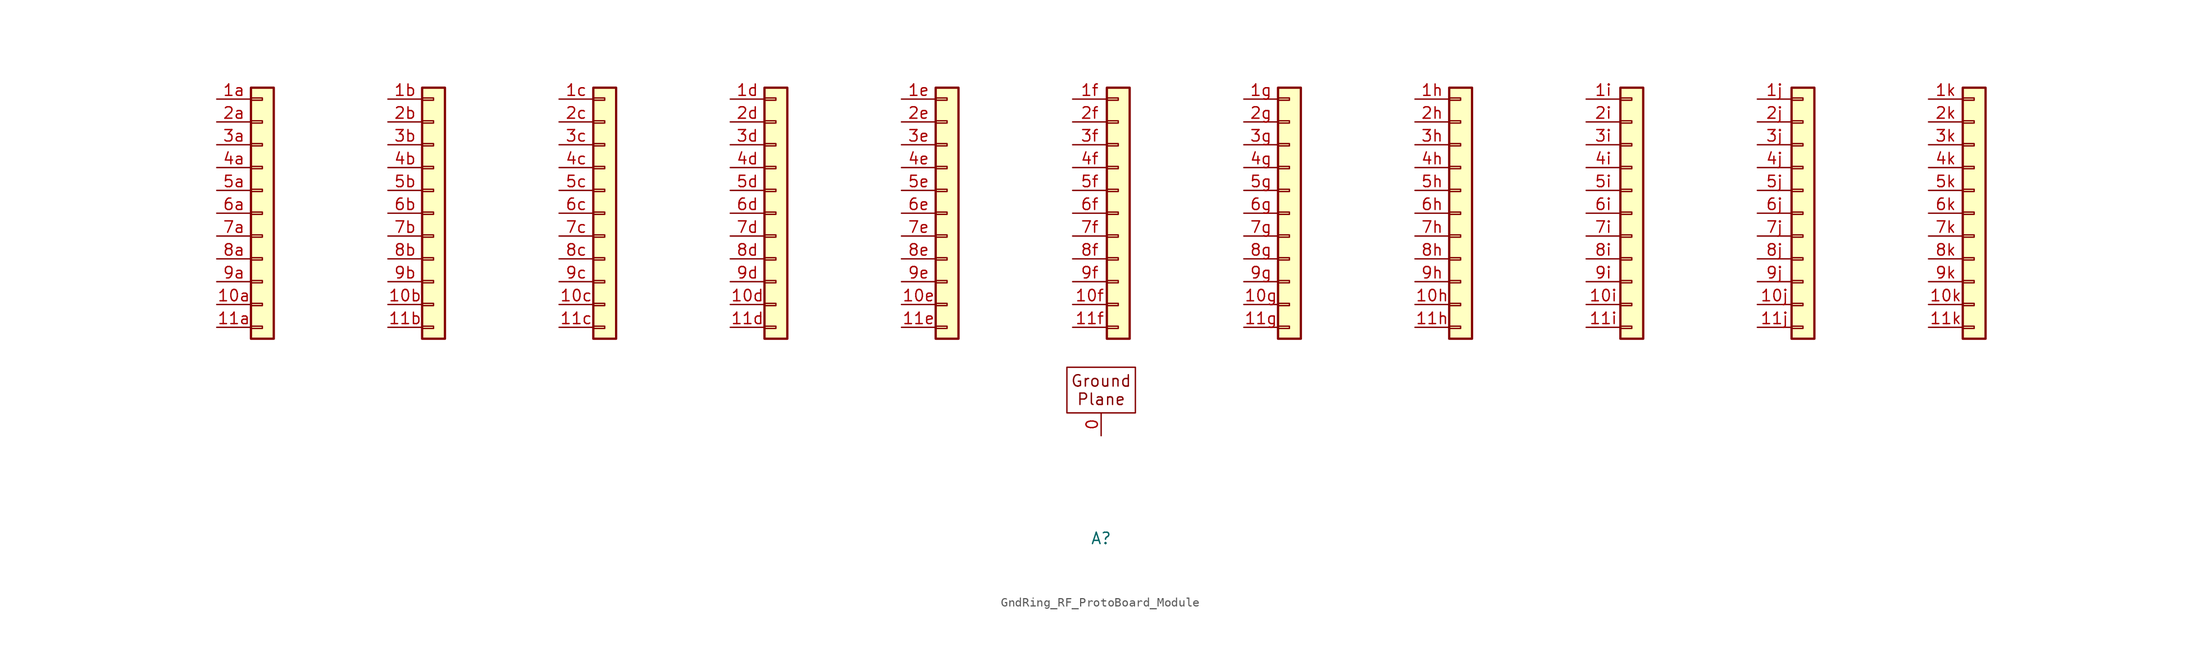
<source format=kicad_sym>
(kicad_symbol_lib
  (version 20220914)
  (generator kicad_symbol_editor)
  (symbol "GndRing_RF_ProtoBoard_Module"
    (pin_names hide)
    (property "Reference" "A"
      (at 0 -36.195 0)
      (effects (font (size 1.27 1.27))))
    (symbol "GndRing_RF_ProtoBoard_Module_0_1"
      (rectangle (start -3.81 -17.145) (end 3.81 -22.225) (stroke (width 0) (type default)) (fill (type none))))
    (symbol "GndRing_RF_ProtoBoard_Module_1_1"
      (rectangle (start -94.615 -12.573) (end -93.345 -12.827) (stroke (width 0.152) (type default)) (fill (type none)))
      (rectangle (start -94.615 -10.033) (end -93.345 -10.287) (stroke (width 0.152) (type default)) (fill (type none)))
      (rectangle (start -94.615 -7.493) (end -93.345 -7.747) (stroke (width 0.152) (type default)) (fill (type none)))
      (rectangle (start -94.615 -4.953) (end -93.345 -5.207) (stroke (width 0.152) (type default)) (fill (type none)))
      (rectangle (start -94.615 -2.413) (end -93.345 -2.667) (stroke (width 0.152) (type default)) (fill (type none)))
      (rectangle (start -94.615 0.127) (end -93.345 -0.127) (stroke (width 0.152) (type default)) (fill (type none)))
      (rectangle (start -94.615 2.667) (end -93.345 2.413) (stroke (width 0.152) (type default)) (fill (type none)))
      (rectangle (start -94.615 5.207) (end -93.345 4.953) (stroke (width 0.152) (type default)) (fill (type none)))
      (rectangle (start -94.615 7.747) (end -93.345 7.493) (stroke (width 0.152) (type default)) (fill (type none)))
      (rectangle (start -94.615 10.287) (end -93.345 10.033) (stroke (width 0.152) (type default)) (fill (type none)))
      (rectangle (start -94.615 12.827) (end -93.345 12.573) (stroke (width 0.152) (type default)) (fill (type none)))
      (rectangle (start -94.615 13.97) (end -92.075 -13.97) (stroke (width 0.254) (type default)) (fill (type background)))
      (rectangle (start -75.565 -12.573) (end -74.295 -12.827) (stroke (width 0.152) (type default)) (fill (type none)))
      (rectangle (start -75.565 -10.033) (end -74.295 -10.287) (stroke (width 0.152) (type default)) (fill (type none)))
      (rectangle (start -75.565 -7.493) (end -74.295 -7.747) (stroke (width 0.152) (type default)) (fill (type none)))
      (rectangle (start -75.565 -4.953) (end -74.295 -5.207) (stroke (width 0.152) (type default)) (fill (type none)))
      (rectangle (start -75.565 -2.413) (end -74.295 -2.667) (stroke (width 0.152) (type default)) (fill (type none)))
      (rectangle (start -75.565 0.127) (end -74.295 -0.127) (stroke (width 0.152) (type default)) (fill (type none)))
      (rectangle (start -75.565 2.667) (end -74.295 2.413) (stroke (width 0.152) (type default)) (fill (type none)))
      (rectangle (start -75.565 5.207) (end -74.295 4.953) (stroke (width 0.152) (type default)) (fill (type none)))
      (rectangle (start -75.565 7.747) (end -74.295 7.493) (stroke (width 0.152) (type default)) (fill (type none)))
      (rectangle (start -75.565 10.287) (end -74.295 10.033) (stroke (width 0.152) (type default)) (fill (type none)))
      (rectangle (start -75.565 12.827) (end -74.295 12.573) (stroke (width 0.152) (type default)) (fill (type none)))
      (rectangle (start -75.565 13.97) (end -73.025 -13.97) (stroke (width 0.254) (type default)) (fill (type background)))
      (rectangle (start -56.515 -12.573) (end -55.245 -12.827) (stroke (width 0.152) (type default)) (fill (type none)))
      (rectangle (start -56.515 -10.033) (end -55.245 -10.287) (stroke (width 0.152) (type default)) (fill (type none)))
      (rectangle (start -56.515 -7.493) (end -55.245 -7.747) (stroke (width 0.152) (type default)) (fill (type none)))
      (rectangle (start -56.515 -4.953) (end -55.245 -5.207) (stroke (width 0.152) (type default)) (fill (type none)))
      (rectangle (start -56.515 -2.413) (end -55.245 -2.667) (stroke (width 0.152) (type default)) (fill (type none)))
      (rectangle (start -56.515 0.127) (end -55.245 -0.127) (stroke (width 0.152) (type default)) (fill (type none)))
      (rectangle (start -56.515 2.667) (end -55.245 2.413) (stroke (width 0.152) (type default)) (fill (type none)))
      (rectangle (start -56.515 5.207) (end -55.245 4.953) (stroke (width 0.152) (type default)) (fill (type none)))
      (rectangle (start -56.515 7.747) (end -55.245 7.493) (stroke (width 0.152) (type default)) (fill (type none)))
      (rectangle (start -56.515 10.287) (end -55.245 10.033) (stroke (width 0.152) (type default)) (fill (type none)))
      (rectangle (start -56.515 12.827) (end -55.245 12.573) (stroke (width 0.152) (type default)) (fill (type none)))
      (rectangle (start -56.515 13.97) (end -53.975 -13.97) (stroke (width 0.254) (type default)) (fill (type background)))
      (rectangle (start -37.465 -12.573) (end -36.195 -12.827) (stroke (width 0.152) (type default)) (fill (type none)))
      (rectangle (start -37.465 -10.033) (end -36.195 -10.287) (stroke (width 0.152) (type default)) (fill (type none)))
      (rectangle (start -37.465 -7.493) (end -36.195 -7.747) (stroke (width 0.152) (type default)) (fill (type none)))
      (rectangle (start -37.465 -4.953) (end -36.195 -5.207) (stroke (width 0.152) (type default)) (fill (type none)))
      (rectangle (start -37.465 -2.413) (end -36.195 -2.667) (stroke (width 0.152) (type default)) (fill (type none)))
      (rectangle (start -37.465 0.127) (end -36.195 -0.127) (stroke (width 0.152) (type default)) (fill (type none)))
      (rectangle (start -37.465 2.667) (end -36.195 2.413) (stroke (width 0.152) (type default)) (fill (type none)))
      (rectangle (start -37.465 5.207) (end -36.195 4.953) (stroke (width 0.152) (type default)) (fill (type none)))
      (rectangle (start -37.465 7.747) (end -36.195 7.493) (stroke (width 0.152) (type default)) (fill (type none)))
      (rectangle (start -37.465 10.287) (end -36.195 10.033) (stroke (width 0.152) (type default)) (fill (type none)))
      (rectangle (start -37.465 12.827) (end -36.195 12.573) (stroke (width 0.152) (type default)) (fill (type none)))
      (rectangle (start -37.465 13.97) (end -34.925 -13.97) (stroke (width 0.254) (type default)) (fill (type background)))
      (rectangle (start -18.415 -12.573) (end -17.145 -12.827) (stroke (width 0.152) (type default)) (fill (type none)))
      (rectangle (start -18.415 -10.033) (end -17.145 -10.287) (stroke (width 0.152) (type default)) (fill (type none)))
      (rectangle (start -18.415 -7.493) (end -17.145 -7.747) (stroke (width 0.152) (type default)) (fill (type none)))
      (rectangle (start -18.415 -4.953) (end -17.145 -5.207) (stroke (width 0.152) (type default)) (fill (type none)))
      (rectangle (start -18.415 -2.413) (end -17.145 -2.667) (stroke (width 0.152) (type default)) (fill (type none)))
      (rectangle (start -18.415 0.127) (end -17.145 -0.127) (stroke (width 0.152) (type default)) (fill (type none)))
      (rectangle (start -18.415 2.667) (end -17.145 2.413) (stroke (width 0.152) (type default)) (fill (type none)))
      (rectangle (start -18.415 5.207) (end -17.145 4.953) (stroke (width 0.152) (type default)) (fill (type none)))
      (rectangle (start -18.415 7.747) (end -17.145 7.493) (stroke (width 0.152) (type default)) (fill (type none)))
      (rectangle (start -18.415 10.287) (end -17.145 10.033) (stroke (width 0.152) (type default)) (fill (type none)))
      (rectangle (start -18.415 12.827) (end -17.145 12.573) (stroke (width 0.152) (type default)) (fill (type none)))
      (rectangle (start -18.415 13.97) (end -15.875 -13.97) (stroke (width 0.254) (type default)) (fill (type background)))
      (rectangle (start 0.635 -12.573) (end 1.905 -12.827) (stroke (width 0.152) (type default)) (fill (type none)))
      (rectangle (start 0.635 -10.033) (end 1.905 -10.287) (stroke (width 0.152) (type default)) (fill (type none)))
      (rectangle (start 0.635 -7.493) (end 1.905 -7.747) (stroke (width 0.152) (type default)) (fill (type none)))
      (rectangle (start 0.635 -4.953) (end 1.905 -5.207) (stroke (width 0.152) (type default)) (fill (type none)))
      (rectangle (start 0.635 -2.413) (end 1.905 -2.667) (stroke (width 0.152) (type default)) (fill (type none)))
      (rectangle (start 0.635 0.127) (end 1.905 -0.127) (stroke (width 0.152) (type default)) (fill (type none)))
      (rectangle (start 0.635 2.667) (end 1.905 2.413) (stroke (width 0.152) (type default)) (fill (type none)))
      (rectangle (start 0.635 5.207) (end 1.905 4.953) (stroke (width 0.152) (type default)) (fill (type none)))
      (rectangle (start 0.635 7.747) (end 1.905 7.493) (stroke (width 0.152) (type default)) (fill (type none)))
      (rectangle (start 0.635 10.287) (end 1.905 10.033) (stroke (width 0.152) (type default)) (fill (type none)))
      (rectangle (start 0.635 12.827) (end 1.905 12.573) (stroke (width 0.152) (type default)) (fill (type none)))
      (rectangle (start 0.635 13.97) (end 3.175 -13.97) (stroke (width 0.254) (type default)) (fill (type background)))
      (rectangle (start 19.685 -12.573) (end 20.955 -12.827) (stroke (width 0.152) (type default)) (fill (type none)))
      (rectangle (start 19.685 -10.033) (end 20.955 -10.287) (stroke (width 0.152) (type default)) (fill (type none)))
      (rectangle (start 19.685 -7.493) (end 20.955 -7.747) (stroke (width 0.152) (type default)) (fill (type none)))
      (rectangle (start 19.685 -4.953) (end 20.955 -5.207) (stroke (width 0.152) (type default)) (fill (type none)))
      (rectangle (start 19.685 -2.413) (end 20.955 -2.667) (stroke (width 0.152) (type default)) (fill (type none)))
      (rectangle (start 19.685 0.127) (end 20.955 -0.127) (stroke (width 0.152) (type default)) (fill (type none)))
      (rectangle (start 19.685 2.667) (end 20.955 2.413) (stroke (width 0.152) (type default)) (fill (type none)))
      (rectangle (start 19.685 5.207) (end 20.955 4.953) (stroke (width 0.152) (type default)) (fill (type none)))
      (rectangle (start 19.685 7.747) (end 20.955 7.493) (stroke (width 0.152) (type default)) (fill (type none)))
      (rectangle (start 19.685 10.287) (end 20.955 10.033) (stroke (width 0.152) (type default)) (fill (type none)))
      (rectangle (start 19.685 12.827) (end 20.955 12.573) (stroke (width 0.152) (type default)) (fill (type none)))
      (rectangle (start 19.685 13.97) (end 22.225 -13.97) (stroke (width 0.254) (type default)) (fill (type background)))
      (rectangle (start 38.735 -12.573) (end 40.005 -12.827) (stroke (width 0.152) (type default)) (fill (type none)))
      (rectangle (start 38.735 -10.033) (end 40.005 -10.287) (stroke (width 0.152) (type default)) (fill (type none)))
      (rectangle (start 38.735 -7.493) (end 40.005 -7.747) (stroke (width 0.152) (type default)) (fill (type none)))
      (rectangle (start 38.735 -4.953) (end 40.005 -5.207) (stroke (width 0.152) (type default)) (fill (type none)))
      (rectangle (start 38.735 -2.413) (end 40.005 -2.667) (stroke (width 0.152) (type default)) (fill (type none)))
      (rectangle (start 38.735 0.127) (end 40.005 -0.127) (stroke (width 0.152) (type default)) (fill (type none)))
      (rectangle (start 38.735 2.667) (end 40.005 2.413) (stroke (width 0.152) (type default)) (fill (type none)))
      (rectangle (start 38.735 5.207) (end 40.005 4.953) (stroke (width 0.152) (type default)) (fill (type none)))
      (rectangle (start 38.735 7.747) (end 40.005 7.493) (stroke (width 0.152) (type default)) (fill (type none)))
      (rectangle (start 38.735 10.287) (end 40.005 10.033) (stroke (width 0.152) (type default)) (fill (type none)))
      (rectangle (start 38.735 12.827) (end 40.005 12.573) (stroke (width 0.152) (type default)) (fill (type none)))
      (rectangle (start 38.735 13.97) (end 41.275 -13.97) (stroke (width 0.254) (type default)) (fill (type background)))
      (rectangle (start 57.785 -12.573) (end 59.055 -12.827) (stroke (width 0.152) (type default)) (fill (type none)))
      (rectangle (start 57.785 -10.033) (end 59.055 -10.287) (stroke (width 0.152) (type default)) (fill (type none)))
      (rectangle (start 57.785 -7.493) (end 59.055 -7.747) (stroke (width 0.152) (type default)) (fill (type none)))
      (rectangle (start 57.785 -4.953) (end 59.055 -5.207) (stroke (width 0.152) (type default)) (fill (type none)))
      (rectangle (start 57.785 -2.413) (end 59.055 -2.667) (stroke (width 0.152) (type default)) (fill (type none)))
      (rectangle (start 57.785 0.127) (end 59.055 -0.127) (stroke (width 0.152) (type default)) (fill (type none)))
      (rectangle (start 57.785 2.667) (end 59.055 2.413) (stroke (width 0.152) (type default)) (fill (type none)))
      (rectangle (start 57.785 5.207) (end 59.055 4.953) (stroke (width 0.152) (type default)) (fill (type none)))
      (rectangle (start 57.785 7.747) (end 59.055 7.493) (stroke (width 0.152) (type default)) (fill (type none)))
      (rectangle (start 57.785 10.287) (end 59.055 10.033) (stroke (width 0.152) (type default)) (fill (type none)))
      (rectangle (start 57.785 12.827) (end 59.055 12.573) (stroke (width 0.152) (type default)) (fill (type none)))
      (rectangle (start 57.785 13.97) (end 60.325 -13.97) (stroke (width 0.254) (type default)) (fill (type background)))
      (rectangle (start 76.835 -12.573) (end 78.105 -12.827) (stroke (width 0.152) (type default)) (fill (type none)))
      (rectangle (start 76.835 -10.033) (end 78.105 -10.287) (stroke (width 0.152) (type default)) (fill (type none)))
      (rectangle (start 76.835 -7.493) (end 78.105 -7.747) (stroke (width 0.152) (type default)) (fill (type none)))
      (rectangle (start 76.835 -4.953) (end 78.105 -5.207) (stroke (width 0.152) (type default)) (fill (type none)))
      (rectangle (start 76.835 -2.413) (end 78.105 -2.667) (stroke (width 0.152) (type default)) (fill (type none)))
      (rectangle (start 76.835 0.127) (end 78.105 -0.127) (stroke (width 0.152) (type default)) (fill (type none)))
      (rectangle (start 76.835 2.667) (end 78.105 2.413) (stroke (width 0.152) (type default)) (fill (type none)))
      (rectangle (start 76.835 5.207) (end 78.105 4.953) (stroke (width 0.152) (type default)) (fill (type none)))
      (rectangle (start 76.835 7.747) (end 78.105 7.493) (stroke (width 0.152) (type default)) (fill (type none)))
      (rectangle (start 76.835 10.287) (end 78.105 10.033) (stroke (width 0.152) (type default)) (fill (type none)))
      (rectangle (start 76.835 12.827) (end 78.105 12.573) (stroke (width 0.152) (type default)) (fill (type none)))
      (rectangle (start 76.835 13.97) (end 79.375 -13.97) (stroke (width 0.254) (type default)) (fill (type background)))
      (rectangle (start 95.885 -12.573) (end 97.155 -12.827) (stroke (width 0.152) (type default)) (fill (type none)))
      (rectangle (start 95.885 -10.033) (end 97.155 -10.287) (stroke (width 0.152) (type default)) (fill (type none)))
      (rectangle (start 95.885 -7.493) (end 97.155 -7.747) (stroke (width 0.152) (type default)) (fill (type none)))
      (rectangle (start 95.885 -4.953) (end 97.155 -5.207) (stroke (width 0.152) (type default)) (fill (type none)))
      (rectangle (start 95.885 -2.413) (end 97.155 -2.667) (stroke (width 0.152) (type default)) (fill (type none)))
      (rectangle (start 95.885 0.127) (end 97.155 -0.127) (stroke (width 0.152) (type default)) (fill (type none)))
      (rectangle (start 95.885 2.667) (end 97.155 2.413) (stroke (width 0.152) (type default)) (fill (type none)))
      (rectangle (start 95.885 5.207) (end 97.155 4.953) (stroke (width 0.152) (type default)) (fill (type none)))
      (rectangle (start 95.885 7.747) (end 97.155 7.493) (stroke (width 0.152) (type default)) (fill (type none)))
      (rectangle (start 95.885 10.287) (end 97.155 10.033) (stroke (width 0.152) (type default)) (fill (type none)))
      (rectangle (start 95.885 12.827) (end 97.155 12.573) (stroke (width 0.152) (type default)) (fill (type none)))
      (rectangle (start 95.885 13.97) (end 98.425 -13.97) (stroke (width 0.254) (type default)) (fill (type background)))
      (text "Ground\nPlane" (at 0 -19.685 0) (effects (font (size 1.27 1.27))))
      (pin passive line (at 0 -24.765 90) (length 2.54) (name "Pin_Gnd" (effects (font (size 1.27 1.27)))) (number "0" (effects (font (size 1.27 1.27)))))
      (pin passive line (at -98.425 -10.16 0) (length 3.81) (name "Pin_10a" (effects (font (size 1.27 1.27)))) (number "10a" (effects (font (size 1.27 1.27)))))
      (pin passive line (at -79.375 -10.16 0) (length 3.81) (name "Pin_10b" (effects (font (size 1.27 1.27)))) (number "10b" (effects (font (size 1.27 1.27)))))
      (pin passive line (at -60.325 -10.16 0) (length 3.81) (name "Pin_10c" (effects (font (size 1.27 1.27)))) (number "10c" (effects (font (size 1.27 1.27)))))
      (pin passive line (at -41.275 -10.16 0) (length 3.81) (name "Pin_10d" (effects (font (size 1.27 1.27)))) (number "10d" (effects (font (size 1.27 1.27)))))
      (pin passive line (at -22.225 -10.16 0) (length 3.81) (name "Pin_10e" (effects (font (size 1.27 1.27)))) (number "10e" (effects (font (size 1.27 1.27)))))
      (pin passive line (at -3.175 -10.16 0) (length 3.81) (name "Pin_10f" (effects (font (size 1.27 1.27)))) (number "10f" (effects (font (size 1.27 1.27)))))
      (pin passive line (at 15.875 -10.16 0) (length 3.81) (name "Pin_10g" (effects (font (size 1.27 1.27)))) (number "10g" (effects (font (size 1.27 1.27)))))
      (pin passive line (at 34.925 -10.16 0) (length 3.81) (name "Pin_10h" (effects (font (size 1.27 1.27)))) (number "10h" (effects (font (size 1.27 1.27)))))
      (pin passive line (at 53.975 -10.16 0) (length 3.81) (name "Pin_10i" (effects (font (size 1.27 1.27)))) (number "10i" (effects (font (size 1.27 1.27)))))
      (pin passive line (at 73.025 -10.16 0) (length 3.81) (name "Pin_10j" (effects (font (size 1.27 1.27)))) (number "10j" (effects (font (size 1.27 1.27)))))
      (pin passive line (at 92.075 -10.16 0) (length 3.81) (name "Pin_10k" (effects (font (size 1.27 1.27)))) (number "10k" (effects (font (size 1.27 1.27)))))
      (pin passive line (at -98.425 -12.7 0) (length 3.81) (name "Pin_11a" (effects (font (size 1.27 1.27)))) (number "11a" (effects (font (size 1.27 1.27)))))
      (pin passive line (at -79.375 -12.7 0) (length 3.81) (name "Pin_11b" (effects (font (size 1.27 1.27)))) (number "11b" (effects (font (size 1.27 1.27)))))
      (pin passive line (at -60.325 -12.7 0) (length 3.81) (name "Pin_11c" (effects (font (size 1.27 1.27)))) (number "11c" (effects (font (size 1.27 1.27)))))
      (pin passive line (at -41.275 -12.7 0) (length 3.81) (name "Pin_11d" (effects (font (size 1.27 1.27)))) (number "11d" (effects (font (size 1.27 1.27)))))
      (pin passive line (at -22.225 -12.7 0) (length 3.81) (name "Pin_11e" (effects (font (size 1.27 1.27)))) (number "11e" (effects (font (size 1.27 1.27)))))
      (pin passive line (at -3.175 -12.7 0) (length 3.81) (name "Pin_11f" (effects (font (size 1.27 1.27)))) (number "11f" (effects (font (size 1.27 1.27)))))
      (pin passive line (at 15.875 -12.7 0) (length 3.81) (name "Pin_11g" (effects (font (size 1.27 1.27)))) (number "11g" (effects (font (size 1.27 1.27)))))
      (pin passive line (at 34.925 -12.7 0) (length 3.81) (name "Pin_11h" (effects (font (size 1.27 1.27)))) (number "11h" (effects (font (size 1.27 1.27)))))
      (pin passive line (at 53.975 -12.7 0) (length 3.81) (name "Pin_11i" (effects (font (size 1.27 1.27)))) (number "11i" (effects (font (size 1.27 1.27)))))
      (pin passive line (at 73.025 -12.7 0) (length 3.81) (name "Pin_11j" (effects (font (size 1.27 1.27)))) (number "11j" (effects (font (size 1.27 1.27)))))
      (pin passive line (at 92.075 -12.7 0) (length 3.81) (name "Pin_11k" (effects (font (size 1.27 1.27)))) (number "11k" (effects (font (size 1.27 1.27)))))
      (pin passive line (at -98.425 12.7 0) (length 3.81) (name "Pin_1a" (effects (font (size 1.27 1.27)))) (number "1a" (effects (font (size 1.27 1.27)))))
      (pin passive line (at -79.375 12.7 0) (length 3.81) (name "Pin_1b" (effects (font (size 1.27 1.27)))) (number "1b" (effects (font (size 1.27 1.27)))))
      (pin passive line (at -60.325 12.7 0) (length 3.81) (name "Pin_1c" (effects (font (size 1.27 1.27)))) (number "1c" (effects (font (size 1.27 1.27)))))
      (pin passive line (at -41.275 12.7 0) (length 3.81) (name "Pin_1d" (effects (font (size 1.27 1.27)))) (number "1d" (effects (font (size 1.27 1.27)))))
      (pin passive line (at -22.225 12.7 0) (length 3.81) (name "Pin_1e" (effects (font (size 1.27 1.27)))) (number "1e" (effects (font (size 1.27 1.27)))))
      (pin passive line (at -3.175 12.7 0) (length 3.81) (name "Pin_1f" (effects (font (size 1.27 1.27)))) (number "1f" (effects (font (size 1.27 1.27)))))
      (pin passive line (at 15.875 12.7 0) (length 3.81) (name "Pin_1g" (effects (font (size 1.27 1.27)))) (number "1g" (effects (font (size 1.27 1.27)))))
      (pin passive line (at 34.925 12.7 0) (length 3.81) (name "Pin_1h" (effects (font (size 1.27 1.27)))) (number "1h" (effects (font (size 1.27 1.27)))))
      (pin passive line (at 53.975 12.7 0) (length 3.81) (name "Pin_1i" (effects (font (size 1.27 1.27)))) (number "1i" (effects (font (size 1.27 1.27)))))
      (pin passive line (at 73.025 12.7 0) (length 3.81) (name "Pin_1j" (effects (font (size 1.27 1.27)))) (number "1j" (effects (font (size 1.27 1.27)))))
      (pin passive line (at 92.075 12.7 0) (length 3.81) (name "Pin_1k" (effects (font (size 1.27 1.27)))) (number "1k" (effects (font (size 1.27 1.27)))))
      (pin passive line (at -98.425 10.16 0) (length 3.81) (name "Pin_2a" (effects (font (size 1.27 1.27)))) (number "2a" (effects (font (size 1.27 1.27)))))
      (pin passive line (at -79.375 10.16 0) (length 3.81) (name "Pin_2b" (effects (font (size 1.27 1.27)))) (number "2b" (effects (font (size 1.27 1.27)))))
      (pin passive line (at -60.325 10.16 0) (length 3.81) (name "Pin_2c" (effects (font (size 1.27 1.27)))) (number "2c" (effects (font (size 1.27 1.27)))))
      (pin passive line (at -41.275 10.16 0) (length 3.81) (name "Pin_2d" (effects (font (size 1.27 1.27)))) (number "2d" (effects (font (size 1.27 1.27)))))
      (pin passive line (at -22.225 10.16 0) (length 3.81) (name "Pin_2e" (effects (font (size 1.27 1.27)))) (number "2e" (effects (font (size 1.27 1.27)))))
      (pin passive line (at -3.175 10.16 0) (length 3.81) (name "Pin_2f" (effects (font (size 1.27 1.27)))) (number "2f" (effects (font (size 1.27 1.27)))))
      (pin passive line (at 15.875 10.16 0) (length 3.81) (name "Pin_2g" (effects (font (size 1.27 1.27)))) (number "2g" (effects (font (size 1.27 1.27)))))
      (pin passive line (at 34.925 10.16 0) (length 3.81) (name "Pin_2h" (effects (font (size 1.27 1.27)))) (number "2h" (effects (font (size 1.27 1.27)))))
      (pin passive line (at 53.975 10.16 0) (length 3.81) (name "Pin_2i" (effects (font (size 1.27 1.27)))) (number "2i" (effects (font (size 1.27 1.27)))))
      (pin passive line (at 73.025 10.16 0) (length 3.81) (name "Pin_2j" (effects (font (size 1.27 1.27)))) (number "2j" (effects (font (size 1.27 1.27)))))
      (pin passive line (at 92.075 10.16 0) (length 3.81) (name "Pin_2k" (effects (font (size 1.27 1.27)))) (number "2k" (effects (font (size 1.27 1.27)))))
      (pin passive line (at -98.425 7.62 0) (length 3.81) (name "Pin_3a" (effects (font (size 1.27 1.27)))) (number "3a" (effects (font (size 1.27 1.27)))))
      (pin passive line (at -79.375 7.62 0) (length 3.81) (name "Pin_3b" (effects (font (size 1.27 1.27)))) (number "3b" (effects (font (size 1.27 1.27)))))
      (pin passive line (at -60.325 7.62 0) (length 3.81) (name "Pin_3c" (effects (font (size 1.27 1.27)))) (number "3c" (effects (font (size 1.27 1.27)))))
      (pin passive line (at -41.275 7.62 0) (length 3.81) (name "Pin_3d" (effects (font (size 1.27 1.27)))) (number "3d" (effects (font (size 1.27 1.27)))))
      (pin passive line (at -22.225 7.62 0) (length 3.81) (name "Pin_3e" (effects (font (size 1.27 1.27)))) (number "3e" (effects (font (size 1.27 1.27)))))
      (pin passive line (at -3.175 7.62 0) (length 3.81) (name "Pin_3f" (effects (font (size 1.27 1.27)))) (number "3f" (effects (font (size 1.27 1.27)))))
      (pin passive line (at 15.875 7.62 0) (length 3.81) (name "Pin_3g" (effects (font (size 1.27 1.27)))) (number "3g" (effects (font (size 1.27 1.27)))))
      (pin passive line (at 34.925 7.62 0) (length 3.81) (name "Pin_3h" (effects (font (size 1.27 1.27)))) (number "3h" (effects (font (size 1.27 1.27)))))
      (pin passive line (at 53.975 7.62 0) (length 3.81) (name "Pin_3i" (effects (font (size 1.27 1.27)))) (number "3i" (effects (font (size 1.27 1.27)))))
      (pin passive line (at 73.025 7.62 0) (length 3.81) (name "Pin_3j" (effects (font (size 1.27 1.27)))) (number "3j" (effects (font (size 1.27 1.27)))))
      (pin passive line (at 92.075 7.62 0) (length 3.81) (name "Pin_3k" (effects (font (size 1.27 1.27)))) (number "3k" (effects (font (size 1.27 1.27)))))
      (pin passive line (at -98.425 5.08 0) (length 3.81) (name "Pin_4a" (effects (font (size 1.27 1.27)))) (number "4a" (effects (font (size 1.27 1.27)))))
      (pin passive line (at -79.375 5.08 0) (length 3.81) (name "Pin_4b" (effects (font (size 1.27 1.27)))) (number "4b" (effects (font (size 1.27 1.27)))))
      (pin passive line (at -60.325 5.08 0) (length 3.81) (name "Pin_4c" (effects (font (size 1.27 1.27)))) (number "4c" (effects (font (size 1.27 1.27)))))
      (pin passive line (at -41.275 5.08 0) (length 3.81) (name "Pin_4d" (effects (font (size 1.27 1.27)))) (number "4d" (effects (font (size 1.27 1.27)))))
      (pin passive line (at -22.225 5.08 0) (length 3.81) (name "Pin_4e" (effects (font (size 1.27 1.27)))) (number "4e" (effects (font (size 1.27 1.27)))))
      (pin passive line (at -3.175 5.08 0) (length 3.81) (name "Pin_4f" (effects (font (size 1.27 1.27)))) (number "4f" (effects (font (size 1.27 1.27)))))
      (pin passive line (at 15.875 5.08 0) (length 3.81) (name "Pin_4g" (effects (font (size 1.27 1.27)))) (number "4g" (effects (font (size 1.27 1.27)))))
      (pin passive line (at 34.925 5.08 0) (length 3.81) (name "Pin_4h" (effects (font (size 1.27 1.27)))) (number "4h" (effects (font (size 1.27 1.27)))))
      (pin passive line (at 53.975 5.08 0) (length 3.81) (name "Pin_4i" (effects (font (size 1.27 1.27)))) (number "4i" (effects (font (size 1.27 1.27)))))
      (pin passive line (at 73.025 5.08 0) (length 3.81) (name "Pin_4j" (effects (font (size 1.27 1.27)))) (number "4j" (effects (font (size 1.27 1.27)))))
      (pin passive line (at 92.075 5.08 0) (length 3.81) (name "Pin_4k" (effects (font (size 1.27 1.27)))) (number "4k" (effects (font (size 1.27 1.27)))))
      (pin passive line (at -98.425 2.54 0) (length 3.81) (name "Pin_5a" (effects (font (size 1.27 1.27)))) (number "5a" (effects (font (size 1.27 1.27)))))
      (pin passive line (at -79.375 2.54 0) (length 3.81) (name "Pin_5b" (effects (font (size 1.27 1.27)))) (number "5b" (effects (font (size 1.27 1.27)))))
      (pin passive line (at -60.325 2.54 0) (length 3.81) (name "Pin_5c" (effects (font (size 1.27 1.27)))) (number "5c" (effects (font (size 1.27 1.27)))))
      (pin passive line (at -41.275 2.54 0) (length 3.81) (name "Pin_5d" (effects (font (size 1.27 1.27)))) (number "5d" (effects (font (size 1.27 1.27)))))
      (pin passive line (at -22.225 2.54 0) (length 3.81) (name "Pin_5e" (effects (font (size 1.27 1.27)))) (number "5e" (effects (font (size 1.27 1.27)))))
      (pin passive line (at -3.175 2.54 0) (length 3.81) (name "Pin_5f" (effects (font (size 1.27 1.27)))) (number "5f" (effects (font (size 1.27 1.27)))))
      (pin passive line (at 15.875 2.54 0) (length 3.81) (name "Pin_5g" (effects (font (size 1.27 1.27)))) (number "5g" (effects (font (size 1.27 1.27)))))
      (pin passive line (at 34.925 2.54 0) (length 3.81) (name "Pin_5h" (effects (font (size 1.27 1.27)))) (number "5h" (effects (font (size 1.27 1.27)))))
      (pin passive line (at 53.975 2.54 0) (length 3.81) (name "Pin_5i" (effects (font (size 1.27 1.27)))) (number "5i" (effects (font (size 1.27 1.27)))))
      (pin passive line (at 73.025 2.54 0) (length 3.81) (name "Pin_5j" (effects (font (size 1.27 1.27)))) (number "5j" (effects (font (size 1.27 1.27)))))
      (pin passive line (at 92.075 2.54 0) (length 3.81) (name "Pin_5k" (effects (font (size 1.27 1.27)))) (number "5k" (effects (font (size 1.27 1.27)))))
      (pin passive line (at -98.425 0 0) (length 3.81) (name "Pin_6a" (effects (font (size 1.27 1.27)))) (number "6a" (effects (font (size 1.27 1.27)))))
      (pin passive line (at -79.375 0 0) (length 3.81) (name "Pin_6b" (effects (font (size 1.27 1.27)))) (number "6b" (effects (font (size 1.27 1.27)))))
      (pin passive line (at -60.325 0 0) (length 3.81) (name "Pin_6c" (effects (font (size 1.27 1.27)))) (number "6c" (effects (font (size 1.27 1.27)))))
      (pin passive line (at -41.275 0 0) (length 3.81) (name "Pin_6d" (effects (font (size 1.27 1.27)))) (number "6d" (effects (font (size 1.27 1.27)))))
      (pin passive line (at -22.225 0 0) (length 3.81) (name "Pin_6e" (effects (font (size 1.27 1.27)))) (number "6e" (effects (font (size 1.27 1.27)))))
      (pin passive line (at -3.175 0 0) (length 3.81) (name "Pin_6f" (effects (font (size 1.27 1.27)))) (number "6f" (effects (font (size 1.27 1.27)))))
      (pin passive line (at 15.875 0 0) (length 3.81) (name "Pin_6g" (effects (font (size 1.27 1.27)))) (number "6g" (effects (font (size 1.27 1.27)))))
      (pin passive line (at 34.925 0 0) (length 3.81) (name "Pin_6h" (effects (font (size 1.27 1.27)))) (number "6h" (effects (font (size 1.27 1.27)))))
      (pin passive line (at 53.975 0 0) (length 3.81) (name "Pin_6i" (effects (font (size 1.27 1.27)))) (number "6i" (effects (font (size 1.27 1.27)))))
      (pin passive line (at 73.025 0 0) (length 3.81) (name "Pin_6j" (effects (font (size 1.27 1.27)))) (number "6j" (effects (font (size 1.27 1.27)))))
      (pin passive line (at 92.075 0 0) (length 3.81) (name "Pin_6k" (effects (font (size 1.27 1.27)))) (number "6k" (effects (font (size 1.27 1.27)))))
      (pin passive line (at -98.425 -2.54 0) (length 3.81) (name "Pin_7a" (effects (font (size 1.27 1.27)))) (number "7a" (effects (font (size 1.27 1.27)))))
      (pin passive line (at -79.375 -2.54 0) (length 3.81) (name "Pin_7b" (effects (font (size 1.27 1.27)))) (number "7b" (effects (font (size 1.27 1.27)))))
      (pin passive line (at -60.325 -2.54 0) (length 3.81) (name "Pin_7c" (effects (font (size 1.27 1.27)))) (number "7c" (effects (font (size 1.27 1.27)))))
      (pin passive line (at -41.275 -2.54 0) (length 3.81) (name "Pin_7d" (effects (font (size 1.27 1.27)))) (number "7d" (effects (font (size 1.27 1.27)))))
      (pin passive line (at -22.225 -2.54 0) (length 3.81) (name "Pin_7e" (effects (font (size 1.27 1.27)))) (number "7e" (effects (font (size 1.27 1.27)))))
      (pin passive line (at -3.175 -2.54 0) (length 3.81) (name "Pin_7f" (effects (font (size 1.27 1.27)))) (number "7f" (effects (font (size 1.27 1.27)))))
      (pin passive line (at 15.875 -2.54 0) (length 3.81) (name "Pin_7g" (effects (font (size 1.27 1.27)))) (number "7g" (effects (font (size 1.27 1.27)))))
      (pin passive line (at 34.925 -2.54 0) (length 3.81) (name "Pin_7h" (effects (font (size 1.27 1.27)))) (number "7h" (effects (font (size 1.27 1.27)))))
      (pin passive line (at 53.975 -2.54 0) (length 3.81) (name "Pin_7i" (effects (font (size 1.27 1.27)))) (number "7i" (effects (font (size 1.27 1.27)))))
      (pin passive line (at 73.025 -2.54 0) (length 3.81) (name "Pin_7j" (effects (font (size 1.27 1.27)))) (number "7j" (effects (font (size 1.27 1.27)))))
      (pin passive line (at 92.075 -2.54 0) (length 3.81) (name "Pin_7k" (effects (font (size 1.27 1.27)))) (number "7k" (effects (font (size 1.27 1.27)))))
      (pin passive line (at -98.425 -5.08 0) (length 3.81) (name "Pin_8a" (effects (font (size 1.27 1.27)))) (number "8a" (effects (font (size 1.27 1.27)))))
      (pin passive line (at -79.375 -5.08 0) (length 3.81) (name "Pin_8b" (effects (font (size 1.27 1.27)))) (number "8b" (effects (font (size 1.27 1.27)))))
      (pin passive line (at -60.325 -5.08 0) (length 3.81) (name "Pin_8c" (effects (font (size 1.27 1.27)))) (number "8c" (effects (font (size 1.27 1.27)))))
      (pin passive line (at -41.275 -5.08 0) (length 3.81) (name "Pin_8d" (effects (font (size 1.27 1.27)))) (number "8d" (effects (font (size 1.27 1.27)))))
      (pin passive line (at -22.225 -5.08 0) (length 3.81) (name "Pin_8e" (effects (font (size 1.27 1.27)))) (number "8e" (effects (font (size 1.27 1.27)))))
      (pin passive line (at -3.175 -5.08 0) (length 3.81) (name "Pin_8f" (effects (font (size 1.27 1.27)))) (number "8f" (effects (font (size 1.27 1.27)))))
      (pin passive line (at 15.875 -5.08 0) (length 3.81) (name "Pin_8g" (effects (font (size 1.27 1.27)))) (number "8g" (effects (font (size 1.27 1.27)))))
      (pin passive line (at 34.925 -5.08 0) (length 3.81) (name "Pin_8h" (effects (font (size 1.27 1.27)))) (number "8h" (effects (font (size 1.27 1.27)))))
      (pin passive line (at 53.975 -5.08 0) (length 3.81) (name "Pin_8i" (effects (font (size 1.27 1.27)))) (number "8i" (effects (font (size 1.27 1.27)))))
      (pin passive line (at 73.025 -5.08 0) (length 3.81) (name "Pin_8j" (effects (font (size 1.27 1.27)))) (number "8j" (effects (font (size 1.27 1.27)))))
      (pin passive line (at 92.075 -5.08 0) (length 3.81) (name "Pin_8k" (effects (font (size 1.27 1.27)))) (number "8k" (effects (font (size 1.27 1.27)))))
      (pin passive line (at -98.425 -7.62 0) (length 3.81) (name "Pin_9a" (effects (font (size 1.27 1.27)))) (number "9a" (effects (font (size 1.27 1.27)))))
      (pin passive line (at -79.375 -7.62 0) (length 3.81) (name "Pin_9b" (effects (font (size 1.27 1.27)))) (number "9b" (effects (font (size 1.27 1.27)))))
      (pin passive line (at -60.325 -7.62 0) (length 3.81) (name "Pin_9c" (effects (font (size 1.27 1.27)))) (number "9c" (effects (font (size 1.27 1.27)))))
      (pin passive line (at -41.275 -7.62 0) (length 3.81) (name "Pin_9d" (effects (font (size 1.27 1.27)))) (number "9d" (effects (font (size 1.27 1.27)))))
      (pin passive line (at -22.225 -7.62 0) (length 3.81) (name "Pin_9e" (effects (font (size 1.27 1.27)))) (number "9e" (effects (font (size 1.27 1.27)))))
      (pin passive line (at -3.175 -7.62 0) (length 3.81) (name "Pin_9f" (effects (font (size 1.27 1.27)))) (number "9f" (effects (font (size 1.27 1.27)))))
      (pin passive line (at 15.875 -7.62 0) (length 3.81) (name "Pin_9g" (effects (font (size 1.27 1.27)))) (number "9g" (effects (font (size 1.27 1.27)))))
      (pin passive line (at 34.925 -7.62 0) (length 3.81) (name "Pin_9h" (effects (font (size 1.27 1.27)))) (number "9h" (effects (font (size 1.27 1.27)))))
      (pin passive line (at 53.975 -7.62 0) (length 3.81) (name "Pin_9i" (effects (font (size 1.27 1.27)))) (number "9i" (effects (font (size 1.27 1.27)))))
      (pin passive line (at 73.025 -7.62 0) (length 3.81) (name "Pin_9j" (effects (font (size 1.27 1.27)))) (number "9j" (effects (font (size 1.27 1.27)))))
      (pin passive line (at 92.075 -7.62 0) (length 3.81) (name "Pin_9k" (effects (font (size 1.27 1.27)))) (number "9k" (effects (font (size 1.27 1.27))))))))
</source>
